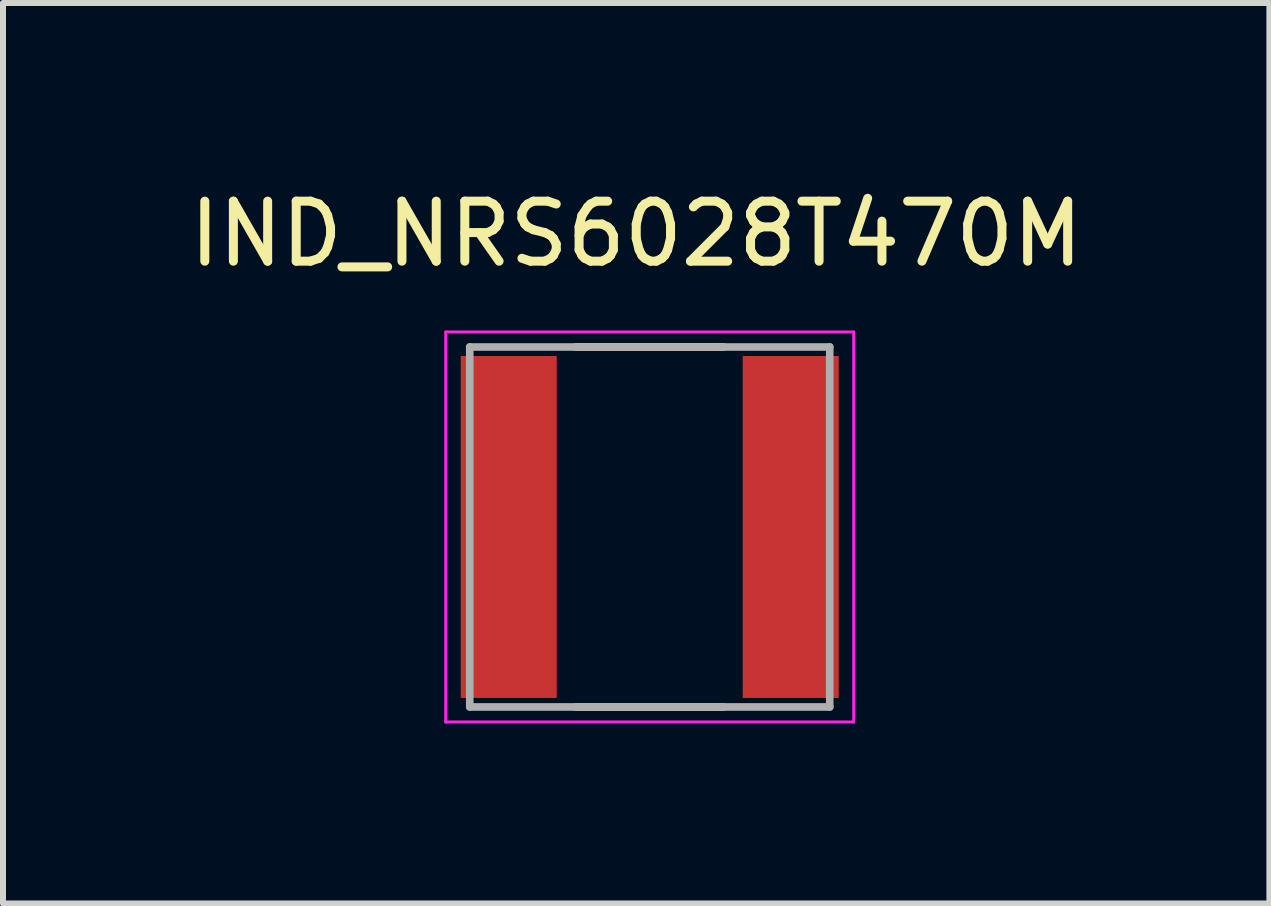
<source format=kicad_pcb>
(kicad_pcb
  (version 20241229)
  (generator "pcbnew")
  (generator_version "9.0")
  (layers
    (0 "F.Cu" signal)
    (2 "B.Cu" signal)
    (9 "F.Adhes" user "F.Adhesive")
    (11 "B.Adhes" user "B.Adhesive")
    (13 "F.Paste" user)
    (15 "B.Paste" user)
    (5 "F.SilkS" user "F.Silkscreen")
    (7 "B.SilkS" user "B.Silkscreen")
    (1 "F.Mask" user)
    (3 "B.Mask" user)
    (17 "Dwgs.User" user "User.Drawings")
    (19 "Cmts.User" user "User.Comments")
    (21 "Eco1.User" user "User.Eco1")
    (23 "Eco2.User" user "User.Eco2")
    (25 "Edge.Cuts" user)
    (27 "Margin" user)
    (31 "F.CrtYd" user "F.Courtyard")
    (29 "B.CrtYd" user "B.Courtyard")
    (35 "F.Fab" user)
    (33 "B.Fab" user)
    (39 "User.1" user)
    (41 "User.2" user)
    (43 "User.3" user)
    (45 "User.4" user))
  (footprint "IND_NRS6028T470M"
    (layer "F.Cu")
    (at 7.779 5.733)
    (property "Reference" "IND_NRS6028T470M" (at -0.225 -4.885 0) (layer "F.SilkS") (effects (font (size 1 1) (thickness 0.15))))
    (attr through_hole)
    (fp_line (start -1.23 -3) (end 1.23 -3) (stroke (width 0.127) (type solid)) (layer "F.SilkS"))
    (fp_line (start -1.23 3) (end 1.23 3) (stroke (width 0.127) (type solid)) (layer "F.SilkS"))
    (fp_line (start -3.4 -3.25) (end -3.4 3.25) (stroke (width 0.05) (type solid)) (layer "F.CrtYd"))
    (fp_line (start -3.4 3.25) (end 3.4 3.25) (stroke (width 0.05) (type solid)) (layer "F.CrtYd"))
    (fp_line (start 3.4 -3.25) (end -3.4 -3.25) (stroke (width 0.05) (type solid)) (layer "F.CrtYd"))
    (fp_line (start 3.4 3.25) (end 3.4 -3.25) (stroke (width 0.05) (type solid)) (layer "F.CrtYd"))
    (fp_line (start -3 -3) (end 3 -3) (stroke (width 0.127) (type solid)) (layer "F.Fab"))
    (fp_line (start -3 3) (end -3 -3) (stroke (width 0.127) (type solid)) (layer "F.Fab"))
    (fp_line (start 3 -3) (end 3 3) (stroke (width 0.127) (type solid)) (layer "F.Fab"))
    (fp_line (start 3 3) (end -3 3) (stroke (width 0.127) (type solid)) (layer "F.Fab"))
    (pad "1" smd rect (at -2.35 0) (size 1.6 5.7) (layers "F.Cu" "F.Mask" "F.Paste"))
    (pad "2" smd rect (at 2.35 0) (size 1.6 5.7) (layers "F.Cu" "F.Mask" "F.Paste")))
  (gr_rect
    (start -3 -3)
    (end 18.107 12.008)
    (stroke (width 0.1) (type default))
    (fill no)
    (layer "Edge.Cuts")))
</source>
